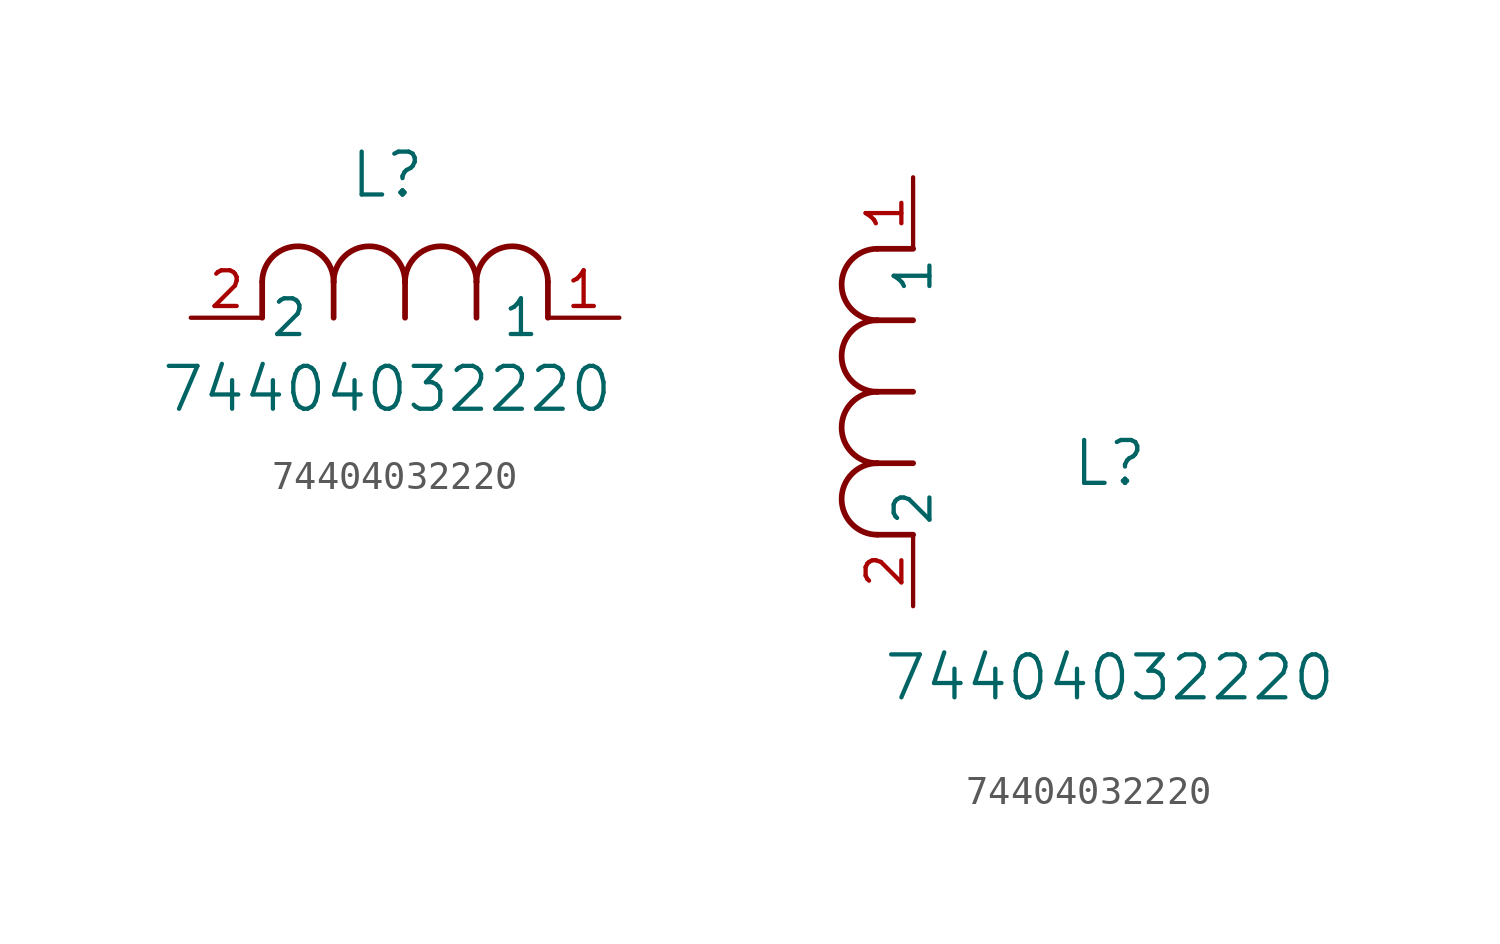
<source format=kicad_sym>
(kicad_symbol_lib
  (version 20211014)
  (generator kicad_symbol_editor)
  (symbol "74404032220"
    (pin_names
      (offset 0.254))
    (property "Reference" "L"
      (at 6.985 5.08 0)
      (effects (font (size 1.524 1.524))))
    (property "Value" "74404032220"
      (at 6.985 -2.54 0)
      (effects (font (size 1.524 1.524))))
    (symbol "74404032220_1_1"
      (arc (start 7.62 1.27) (mid 6.35 2.54) (end 5.08 1.27) (stroke (width 0.2032) (type default) (color 0 0 0 0)) (fill (type none)))
      (polyline (pts (xy 5.08 0) (xy 5.08 1.27)) (stroke (width 0.203) (type default) (color 0 0 0 0)) (fill (type none)))
      (polyline (pts (xy 7.62 0) (xy 7.62 1.27)) (stroke (width 0.203) (type default) (color 0 0 0 0)) (fill (type none)))
      (polyline (pts (xy 12.7 0) (xy 12.7 1.27)) (stroke (width 0.203) (type default) (color 0 0 0 0)) (fill (type none)))
      (arc (start 5.08 1.27) (mid 3.81 2.54) (end 2.54 1.27) (stroke (width 0.2032) (type default) (color 0 0 0 0)) (fill (type none)))
      (arc (start 10.16 1.27) (mid 8.89 2.54) (end 7.62 1.27) (stroke (width 0.2032) (type default) (color 0 0 0 0)) (fill (type none)))
      (arc (start 12.7 1.27) (mid 11.43 2.54) (end 10.16 1.27) (stroke (width 0.2032) (type default) (color 0 0 0 0)) (fill (type none)))
      (polyline (pts (xy 2.54 0) (xy 2.54 1.27)) (stroke (width 0.203) (type default) (color 0 0 0 0)) (fill (type none)))
      (polyline (pts (xy 10.16 0) (xy 10.16 1.27)) (stroke (width 0.203) (type default) (color 0 0 0 0)) (fill (type none)))
      (pin unspecified line (at 0 0 0) (length 2.54) (name "2" (effects (font (size 1.27 1.27)))) (number "2" (effects (font (size 1.27 1.27)))))
      (pin unspecified line (at 15.24 0 180) (length 2.54) (name "1" (effects (font (size 1.27 1.27)))) (number "1" (effects (font (size 1.27 1.27))))))
    (symbol "74404032220_1_2"
      (arc (start -1.27 7.62) (mid -2.54 6.35) (end -1.27 5.08) (stroke (width 0.2032) (type default) (color 0 0 0 0)) (fill (type none)))
      (arc (start -1.27 5.08) (mid -2.54 3.81) (end -1.27 2.54) (stroke (width 0.2032) (type default) (color 0 0 0 0)) (fill (type none)))
      (arc (start -1.27 12.7) (mid -2.54 11.43) (end -1.27 10.16) (stroke (width 0.2032) (type default) (color 0 0 0 0)) (fill (type none)))
      (arc (start -1.27 10.16) (mid -2.54 8.89) (end -1.27 7.62) (stroke (width 0.2032) (type default) (color 0 0 0 0)) (fill (type none)))
      (polyline (pts (xy 0 7.62) (xy -1.27 7.62)) (stroke (width 0.203) (type default) (color 0 0 0 0)) (fill (type none)))
      (polyline (pts (xy 0 5.08) (xy -1.27 5.08)) (stroke (width 0.203) (type default) (color 0 0 0 0)) (fill (type none)))
      (polyline (pts (xy 0 12.7) (xy -1.27 12.7)) (stroke (width 0.203) (type default) (color 0 0 0 0)) (fill (type none)))
      (polyline (pts (xy 0 2.54) (xy -1.27 2.54)) (stroke (width 0.203) (type default) (color 0 0 0 0)) (fill (type none)))
      (polyline (pts (xy 0 10.16) (xy -1.27 10.16)) (stroke (width 0.203) (type default) (color 0 0 0 0)) (fill (type none)))
      (pin unspecified line (at 0 0 90) (length 2.54) (name "2" (effects (font (size 1.27 1.27)))) (number "2" (effects (font (size 1.27 1.27)))))
      (pin unspecified line (at 0 15.24 270) (length 2.54) (name "1" (effects (font (size 1.27 1.27)))) (number "1" (effects (font (size 1.27 1.27))))))))
</source>
